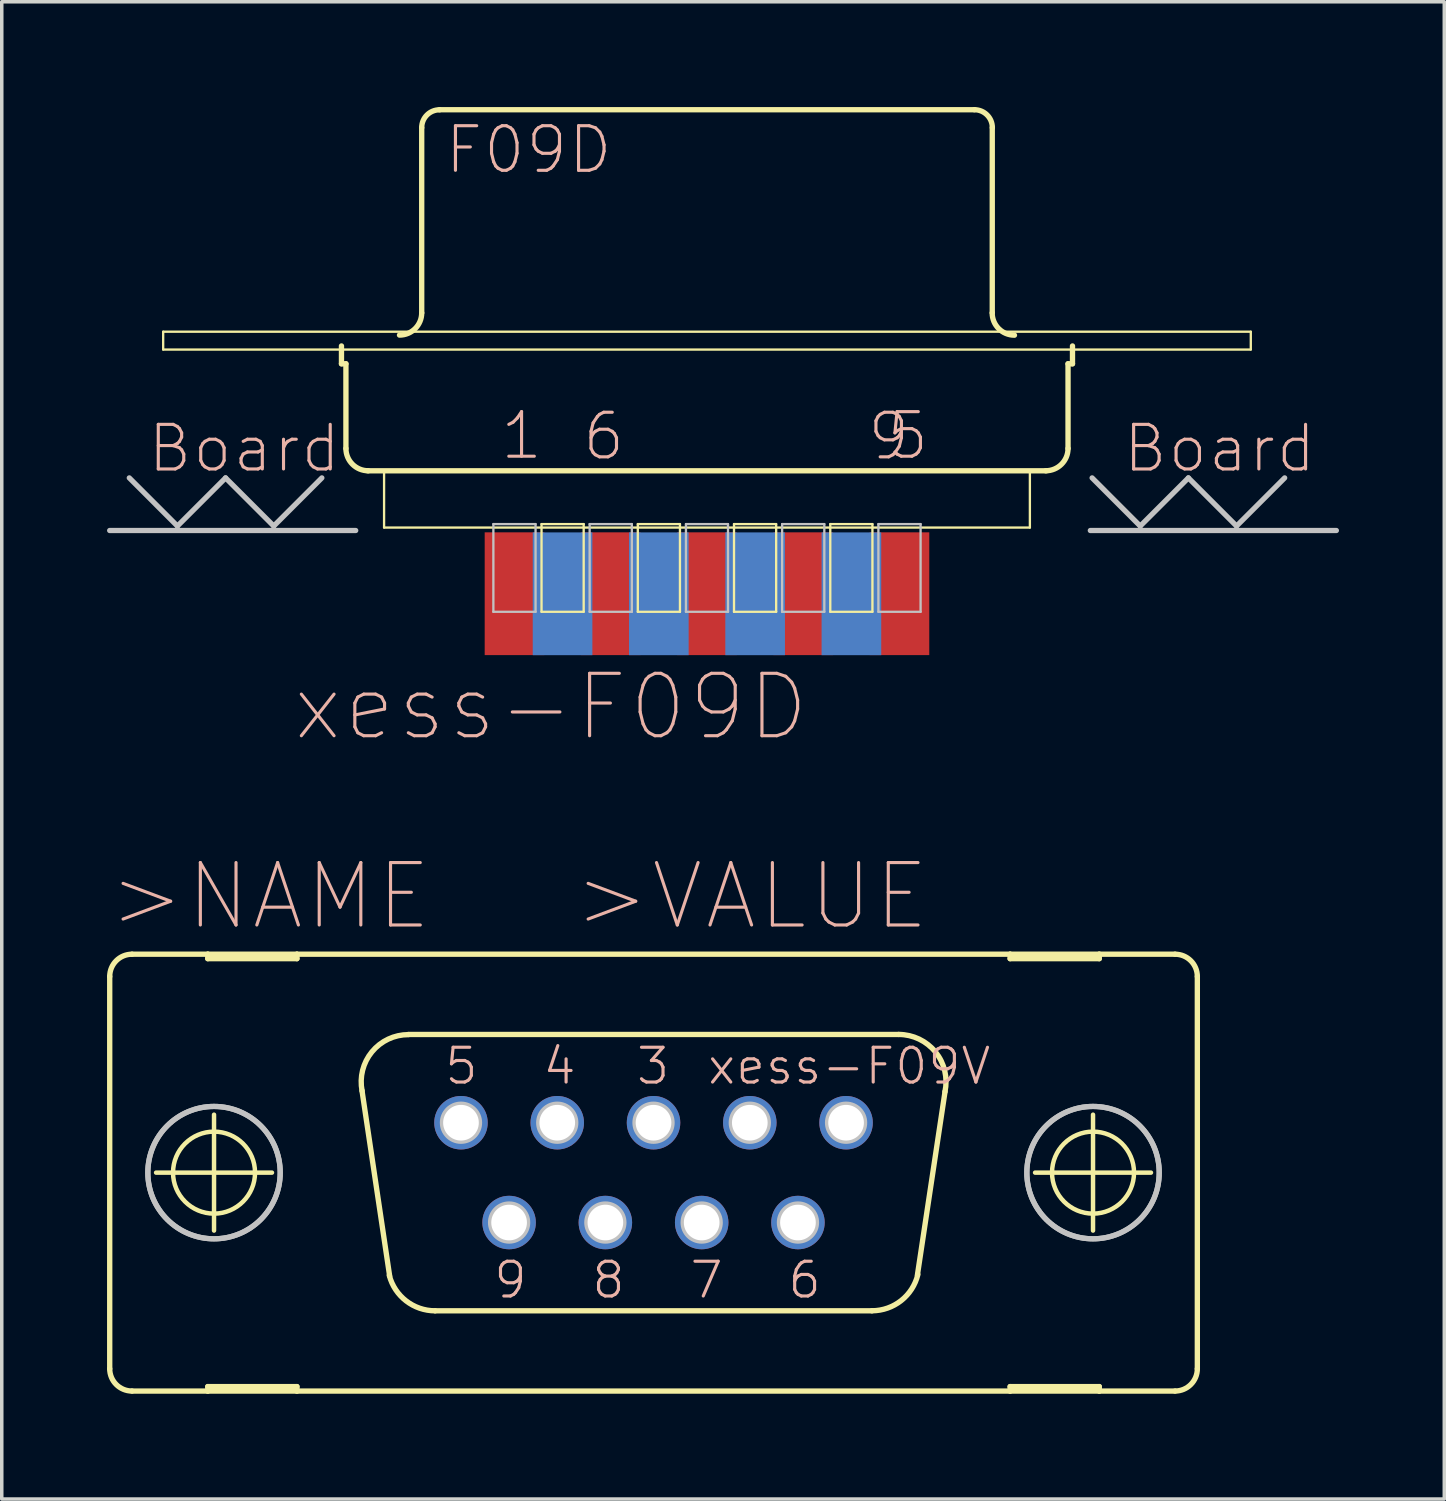
<source format=kicad_pcb>
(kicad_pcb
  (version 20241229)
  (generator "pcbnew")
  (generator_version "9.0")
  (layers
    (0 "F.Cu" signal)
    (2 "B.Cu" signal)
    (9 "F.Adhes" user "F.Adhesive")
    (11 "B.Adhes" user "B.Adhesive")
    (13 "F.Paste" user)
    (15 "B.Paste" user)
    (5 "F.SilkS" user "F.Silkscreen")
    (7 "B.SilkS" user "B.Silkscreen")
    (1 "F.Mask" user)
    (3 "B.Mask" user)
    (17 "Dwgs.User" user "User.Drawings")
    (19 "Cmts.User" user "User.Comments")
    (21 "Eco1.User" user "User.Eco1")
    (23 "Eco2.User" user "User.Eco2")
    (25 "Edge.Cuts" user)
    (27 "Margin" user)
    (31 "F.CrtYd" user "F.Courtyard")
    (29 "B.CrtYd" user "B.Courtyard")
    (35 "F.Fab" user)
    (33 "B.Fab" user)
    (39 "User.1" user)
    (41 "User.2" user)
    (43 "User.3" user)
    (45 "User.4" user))
  (footprint "xess-F09V"
    (layer "F.Cu")
    (at 15.57 30.36)
    (property "Reference" "xess-F09V" (at 5.575 -3.035 0) (layer "B.SilkS") (effects (font (size 0.991 0.991) (thickness 0.089))))
    (attr exclude_from_pos_files exclude_from_bom)
    (fp_line (start -15.494 -5.588) (end -15.494 5.588) (stroke (width 0.152) (type solid)) (layer "F.SilkS"))
    (fp_line (start -14.859 6.223) (end -12.7 6.223) (stroke (width 0.152) (type solid)) (layer "F.SilkS"))
    (fp_line (start -14.173 0) (end -10.871 0) (stroke (width 0.127) (type solid)) (layer "F.SilkS"))
    (fp_line (start -12.7 -6.223) (end -14.859 -6.223) (stroke (width 0.152) (type solid)) (layer "F.SilkS"))
    (fp_line (start -12.7 -6.223) (end -12.7 -6.096) (stroke (width 0.152) (type solid)) (layer "F.SilkS"))
    (fp_line (start -12.7 -6.096) (end -10.16 -6.096) (stroke (width 0.152) (type solid)) (layer "F.SilkS"))
    (fp_line (start -12.7 6.096) (end -10.16 6.096) (stroke (width 0.152) (type solid)) (layer "F.SilkS"))
    (fp_line (start -12.7 6.223) (end -12.7 6.096) (stroke (width 0.152) (type solid)) (layer "F.SilkS"))
    (fp_line (start -12.7 6.223) (end -10.16 6.223) (stroke (width 0.152) (type solid)) (layer "F.SilkS"))
    (fp_line (start -12.522 1.651) (end -12.522 -1.651) (stroke (width 0.127) (type solid)) (layer "F.SilkS"))
    (fp_line (start -10.16 -6.223) (end -12.7 -6.223) (stroke (width 0.152) (type solid)) (layer "F.SilkS"))
    (fp_line (start -10.16 -6.096) (end -10.16 -6.223) (stroke (width 0.152) (type solid)) (layer "F.SilkS"))
    (fp_line (start -10.16 6.096) (end -10.16 6.223) (stroke (width 0.152) (type solid)) (layer "F.SilkS"))
    (fp_line (start -10.16 6.223) (end 10.16 6.223) (stroke (width 0.152) (type solid)) (layer "F.SilkS"))
    (fp_line (start -7.518 2.946) (end -8.306 -2.337) (stroke (width 0.152) (type solid)) (layer "F.SilkS"))
    (fp_line (start -6.985 -3.937) (end 6.985 -3.937) (stroke (width 0.152) (type solid)) (layer "F.SilkS"))
    (fp_line (start -6.223 3.937) (end 6.223 3.937) (stroke (width 0.152) (type solid)) (layer "F.SilkS"))
    (fp_line (start 8.306 -2.311) (end 7.518 2.921) (stroke (width 0.152) (type solid)) (layer "F.SilkS"))
    (fp_line (start 10.16 -6.223) (end -10.16 -6.223) (stroke (width 0.152) (type solid)) (layer "F.SilkS"))
    (fp_line (start 10.16 -6.223) (end 10.16 -6.096) (stroke (width 0.152) (type solid)) (layer "F.SilkS"))
    (fp_line (start 10.16 -6.096) (end 12.7 -6.096) (stroke (width 0.152) (type solid)) (layer "F.SilkS"))
    (fp_line (start 10.16 6.096) (end 12.7 6.096) (stroke (width 0.152) (type solid)) (layer "F.SilkS"))
    (fp_line (start 10.16 6.223) (end 10.16 6.096) (stroke (width 0.152) (type solid)) (layer "F.SilkS"))
    (fp_line (start 10.16 6.223) (end 12.7 6.223) (stroke (width 0.152) (type solid)) (layer "F.SilkS"))
    (fp_line (start 10.871 0) (end 14.173 0) (stroke (width 0.127) (type solid)) (layer "F.SilkS"))
    (fp_line (start 12.522 1.651) (end 12.522 -1.651) (stroke (width 0.127) (type solid)) (layer "F.SilkS"))
    (fp_line (start 12.7 -6.223) (end 10.16 -6.223) (stroke (width 0.152) (type solid)) (layer "F.SilkS"))
    (fp_line (start 12.7 -6.096) (end 12.7 -6.223) (stroke (width 0.152) (type solid)) (layer "F.SilkS"))
    (fp_line (start 12.7 6.096) (end 12.7 6.223) (stroke (width 0.152) (type solid)) (layer "F.SilkS"))
    (fp_line (start 12.7 6.223) (end 14.859 6.223) (stroke (width 0.152) (type solid)) (layer "F.SilkS"))
    (fp_line (start 14.859 -6.223) (end 12.7 -6.223) (stroke (width 0.152) (type solid)) (layer "F.SilkS"))
    (fp_line (start 15.494 -5.588) (end 15.494 5.588) (stroke (width 0.152) (type solid)) (layer "F.SilkS"))
    (fp_arc (start -15.494 -5.588) (mid -15.308013 -6.037013) (end -14.859 -6.223) (stroke (width 0.1524) (type solid)) (layer "F.SilkS"))
    (fp_arc (start -14.859 6.223) (mid -15.308013 6.037013) (end -15.494 5.588) (stroke (width 0.1524) (type solid)) (layer "F.SilkS"))
    (fp_arc (start -8.30326 -2.32664) (mid -8.023158 -3.441772) (end -6.98324 -3.932229) (stroke (width 0.1524) (type solid)) (layer "F.SilkS"))
    (fp_arc (start -6.223 3.937) (mid -7.047791 3.655415) (end -7.528188 2.928236) (stroke (width 0.1524) (type solid)) (layer "F.SilkS"))
    (fp_arc (start 6.985 -3.937) (mid 8.034648 -3.435219) (end 8.30328 -2.303238) (stroke (width 0.1524) (type solid)) (layer "F.SilkS"))
    (fp_arc (start 7.5311 2.90322) (mid 7.055662 3.646284) (end 6.222518 3.936211) (stroke (width 0.1524) (type solid)) (layer "F.SilkS"))
    (fp_arc (start 14.859 -6.223) (mid 15.308013 -6.037013) (end 15.494 -5.588) (stroke (width 0.1524) (type solid)) (layer "F.SilkS"))
    (fp_arc (start 15.494 5.588) (mid 15.308013 6.037013) (end 14.859 6.223) (stroke (width 0.1524) (type solid)) (layer "F.SilkS"))
    (fp_circle (center -12.522 0) (end -13.348 0.826) (stroke (width 0.076) (type solid)) (fill no) (layer "F.SilkS"))
    (fp_circle (center -12.522 0) (end -13.348 0.826) (stroke (width 0.127) (type solid)) (fill no) (layer "F.SilkS"))
    (fp_circle (center 12.522 0) (end 13.348 0.826) (stroke (width 0.076) (type solid)) (fill no) (layer "F.SilkS"))
    (fp_circle (center 12.522 0) (end 13.348 0.826) (stroke (width 0.127) (type solid)) (fill no) (layer "F.SilkS"))
    (fp_circle (center -12.522 0) (end -13.856 1.333) (stroke (width 0.15) (type solid)) (fill no) (layer "Dwgs.User"))
    (fp_circle (center -12.522 0) (end -13.856 1.333) (stroke (width 0.15) (type solid)) (fill no) (layer "Dwgs.User"))
    (fp_circle (center -5.486 -1.422) (end -5.867 -1.803) (stroke (width 0.127) (type solid)) (fill no) (layer "Dwgs.User"))
    (fp_circle (center -4.115 1.422) (end -4.496 1.803) (stroke (width 0.127) (type solid)) (fill no) (layer "Dwgs.User"))
    (fp_circle (center -2.743 -1.422) (end -3.124 -1.803) (stroke (width 0.127) (type solid)) (fill no) (layer "Dwgs.User"))
    (fp_circle (center -1.372 1.422) (end -1.753 1.803) (stroke (width 0.127) (type solid)) (fill no) (layer "Dwgs.User"))
    (fp_circle (center 0 -1.422) (end -0.381 -1.803) (stroke (width 0.127) (type solid)) (fill no) (layer "Dwgs.User"))
    (fp_circle (center 1.372 1.422) (end 1.753 1.803) (stroke (width 0.127) (type solid)) (fill no) (layer "Dwgs.User"))
    (fp_circle (center 2.743 -1.422) (end 3.124 -1.803) (stroke (width 0.127) (type solid)) (fill no) (layer "Dwgs.User"))
    (fp_circle (center 4.115 1.422) (end 4.496 1.803) (stroke (width 0.127) (type solid)) (fill no) (layer "Dwgs.User"))
    (fp_circle (center 5.486 -1.422) (end 5.867 -1.803) (stroke (width 0.127) (type solid)) (fill no) (layer "Dwgs.User"))
    (fp_circle (center 12.522 0) (end 13.856 1.333) (stroke (width 0.15) (type solid)) (fill no) (layer "Dwgs.User"))
    (fp_circle (center 12.522 0) (end 13.856 1.333) (stroke (width 0.15) (type solid)) (fill no) (layer "Dwgs.User"))
    (fp_text user "4" (at -2.68 -3.035 0) (layer "B.SilkS") (effects (font (size 0.991 0.991) (thickness 0.089))))
    (fp_text user "5" (at -5.474 -3.035 0) (layer "B.SilkS") (effects (font (size 0.991 0.991) (thickness 0.089))))
    (fp_text user "6" (at 4.305 3.061 0) (layer "B.SilkS") (effects (font (size 0.991 0.991) (thickness 0.089))))
    (fp_text user "9" (at -4.077 3.061 0) (layer "B.SilkS") (effects (font (size 0.991 0.991) (thickness 0.089))))
    (fp_text user "8" (at -1.283 3.061 0) (layer "B.SilkS") (effects (font (size 0.991 0.991) (thickness 0.089))))
    (fp_text user ">NAME" (at -10.922 -7.874 0) (layer "B.SilkS") (effects (font (size 1.778 1.778) (thickness 0.089))))
    (fp_text user "7" (at 1.511 3.061 0) (layer "B.SilkS") (effects (font (size 0.991 0.991) (thickness 0.089))))
    (fp_text user "3" (at -0.013 -3.035 0) (layer "B.SilkS") (effects (font (size 0.991 0.991) (thickness 0.089))))
    (fp_text user ">VALUE" (at 2.794 -7.874 0) (layer "B.SilkS") (effects (font (size 1.778 1.778) (thickness 0.089))))
    (pad "1" thru_hole circle (at 5.486 -1.422) (size 1.524 1.524) (drill 1.016) (layers "*.Cu" "*.Mask"))
    (pad "2" thru_hole circle (at 2.743 -1.422) (size 1.524 1.524) (drill 1.016) (layers "*.Cu" "*.Mask"))
    (pad "3" thru_hole circle (at 0 -1.422) (size 1.524 1.524) (drill 1.016) (layers "*.Cu" "*.Mask"))
    (pad "4" thru_hole circle (at -2.743 -1.422) (size 1.524 1.524) (drill 1.016) (layers "*.Cu" "*.Mask"))
    (pad "5" thru_hole circle (at -5.486 -1.422) (size 1.524 1.524) (drill 1.016) (layers "*.Cu" "*.Mask"))
    (pad "6" thru_hole circle (at 4.115 1.422) (size 1.524 1.524) (drill 1.016) (layers "*.Cu" "*.Mask"))
    (pad "7" thru_hole circle (at 1.372 1.422) (size 1.524 1.524) (drill 1.016) (layers "*.Cu" "*.Mask"))
    (pad "8" thru_hole circle (at -1.372 1.422) (size 1.524 1.524) (drill 1.016) (layers "*.Cu" "*.Mask"))
    (pad "9" thru_hole circle (at -4.115 1.422) (size 1.524 1.524) (drill 1.016) (layers "*.Cu" "*.Mask")))
  (footprint "xess-F09D"
    (layer "F.Cu")
    (at 17.093 7.823)
    (property "Reference" "xess-F09D" (at -4.445 9.271 0) (layer "B.SilkS") (effects (font (size 1.778 1.778) (thickness 0.089))))
    (attr smd)
    (fp_line (start -15.494 -1.422) (end 15.494 -1.422) (stroke (width 0.066) (type solid)) (layer "F.SilkS"))
    (fp_line (start -15.494 -0.914) (end -15.494 -1.422) (stroke (width 0.066) (type solid)) (layer "F.SilkS"))
    (fp_line (start -15.494 -0.914) (end 15.494 -0.914) (stroke (width 0.066) (type solid)) (layer "F.SilkS"))
    (fp_line (start -10.414 -0.508) (end -10.414 -1.016) (stroke (width 0.152) (type solid)) (layer "F.SilkS"))
    (fp_line (start -10.414 -0.508) (end -10.287 -0.508) (stroke (width 0.152) (type solid)) (layer "F.SilkS"))
    (fp_line (start -10.287 1.905) (end -10.287 -0.508) (stroke (width 0.152) (type solid)) (layer "F.SilkS"))
    (fp_line (start -9.67 2.54) (end 9.67 2.54) (stroke (width 0.152) (type solid)) (layer "F.SilkS"))
    (fp_line (start -9.2 2.558) (end 9.2 2.558) (stroke (width 0.066) (type solid)) (layer "F.SilkS"))
    (fp_line (start -9.2 4.158) (end -9.2 2.558) (stroke (width 0.066) (type solid)) (layer "F.SilkS"))
    (fp_line (start -9.2 4.158) (end 9.2 4.158) (stroke (width 0.066) (type solid)) (layer "F.SilkS"))
    (fp_line (start -8.128 -1.958) (end -8.128 -7.236) (stroke (width 0.152) (type solid)) (layer "F.SilkS"))
    (fp_line (start -7.62 -7.747) (end 7.62 -7.747) (stroke (width 0.152) (type solid)) (layer "F.SilkS"))
    (fp_line (start -4.714 4.059) (end -3.513 4.059) (stroke (width 0.066) (type solid)) (layer "F.SilkS"))
    (fp_line (start -4.714 6.558) (end -4.714 4.059) (stroke (width 0.066) (type solid)) (layer "F.SilkS"))
    (fp_line (start -4.714 6.558) (end -3.513 6.558) (stroke (width 0.066) (type solid)) (layer "F.SilkS"))
    (fp_line (start -3.513 6.558) (end -3.513 4.059) (stroke (width 0.066) (type solid)) (layer "F.SilkS"))
    (fp_line (start -1.971 4.059) (end -0.77 4.059) (stroke (width 0.066) (type solid)) (layer "F.SilkS"))
    (fp_line (start -1.971 6.558) (end -1.971 4.059) (stroke (width 0.066) (type solid)) (layer "F.SilkS"))
    (fp_line (start -1.971 6.558) (end -0.77 6.558) (stroke (width 0.066) (type solid)) (layer "F.SilkS"))
    (fp_line (start -0.77 6.558) (end -0.77 4.059) (stroke (width 0.066) (type solid)) (layer "F.SilkS"))
    (fp_line (start 0.77 4.059) (end 1.971 4.059) (stroke (width 0.066) (type solid)) (layer "F.SilkS"))
    (fp_line (start 0.77 6.558) (end 0.77 4.059) (stroke (width 0.066) (type solid)) (layer "F.SilkS"))
    (fp_line (start 0.77 6.558) (end 1.971 6.558) (stroke (width 0.066) (type solid)) (layer "F.SilkS"))
    (fp_line (start 1.971 6.558) (end 1.971 4.059) (stroke (width 0.066) (type solid)) (layer "F.SilkS"))
    (fp_line (start 3.513 4.059) (end 4.714 4.059) (stroke (width 0.066) (type solid)) (layer "F.SilkS"))
    (fp_line (start 3.513 6.558) (end 3.513 4.059) (stroke (width 0.066) (type solid)) (layer "F.SilkS"))
    (fp_line (start 3.513 6.558) (end 4.714 6.558) (stroke (width 0.066) (type solid)) (layer "F.SilkS"))
    (fp_line (start 4.714 6.558) (end 4.714 4.059) (stroke (width 0.066) (type solid)) (layer "F.SilkS"))
    (fp_line (start 8.128 -1.958) (end 8.128 -7.236) (stroke (width 0.152) (type solid)) (layer "F.SilkS"))
    (fp_line (start 9.2 4.158) (end 9.2 2.558) (stroke (width 0.066) (type solid)) (layer "F.SilkS"))
    (fp_line (start 10.287 -0.508) (end 10.414 -0.508) (stroke (width 0.152) (type solid)) (layer "F.SilkS"))
    (fp_line (start 10.287 1.905) (end 10.287 -0.508) (stroke (width 0.152) (type solid)) (layer "F.SilkS"))
    (fp_line (start 10.414 -0.508) (end 10.414 -1.016) (stroke (width 0.152) (type solid)) (layer "F.SilkS"))
    (fp_line (start 15.494 -0.914) (end 15.494 -1.422) (stroke (width 0.066) (type solid)) (layer "F.SilkS"))
    (fp_arc (start -9.652 2.54) (mid -10.101013 2.354013) (end -10.287 1.905) (stroke (width 0.1524) (type solid)) (layer "F.SilkS"))
    (fp_arc (start -8.128 -7.23646) (mid -7.97921 -7.59567) (end -7.62 -7.74446) (stroke (width 0.1524) (type solid)) (layer "F.SilkS"))
    (fp_arc (start -8.128 -1.95834) (mid -8.313243 -1.511123) (end -8.76046 -1.32588) (stroke (width 0.1524) (type solid)) (layer "F.SilkS"))
    (fp_arc (start 7.62 -7.747) (mid 7.981006 -7.597466) (end 8.13054 -7.23646) (stroke (width 0.1524) (type solid)) (layer "F.SilkS"))
    (fp_arc (start 8.76046 -1.32334) (mid 8.311447 -1.509327) (end 8.12546 -1.95834) (stroke (width 0.1524) (type solid)) (layer "F.SilkS"))
    (fp_arc (start 10.287 1.905) (mid 10.101013 2.354013) (end 9.652 2.54) (stroke (width 0.1524) (type solid)) (layer "F.SilkS"))
    (fp_line (start -17.018 4.242) (end -10.008 4.242) (stroke (width 0.15) (type solid)) (layer "Dwgs.User"))
    (fp_line (start -16.459 2.743) (end -15.088 4.115) (stroke (width 0.15) (type solid)) (layer "Dwgs.User"))
    (fp_line (start -15.088 4.115) (end -13.716 2.743) (stroke (width 0.15) (type solid)) (layer "Dwgs.User"))
    (fp_line (start -13.716 2.743) (end -12.344 4.115) (stroke (width 0.15) (type solid)) (layer "Dwgs.User"))
    (fp_line (start -12.344 4.115) (end -10.973 2.743) (stroke (width 0.15) (type solid)) (layer "Dwgs.User"))
    (fp_line (start -6.086 4.059) (end -4.884 4.059) (stroke (width 0.066) (type solid)) (layer "Dwgs.User"))
    (fp_line (start -6.086 6.558) (end -6.086 4.059) (stroke (width 0.066) (type solid)) (layer "Dwgs.User"))
    (fp_line (start -6.086 6.558) (end -4.884 6.558) (stroke (width 0.066) (type solid)) (layer "Dwgs.User"))
    (fp_line (start -4.884 6.558) (end -4.884 4.059) (stroke (width 0.066) (type solid)) (layer "Dwgs.User"))
    (fp_line (start -3.343 4.059) (end -2.141 4.059) (stroke (width 0.066) (type solid)) (layer "Dwgs.User"))
    (fp_line (start -3.343 6.558) (end -3.343 4.059) (stroke (width 0.066) (type solid)) (layer "Dwgs.User"))
    (fp_line (start -3.343 6.558) (end -2.141 6.558) (stroke (width 0.066) (type solid)) (layer "Dwgs.User"))
    (fp_line (start -2.141 6.558) (end -2.141 4.059) (stroke (width 0.066) (type solid)) (layer "Dwgs.User"))
    (fp_line (start -0.599 4.059) (end 0.599 4.059) (stroke (width 0.066) (type solid)) (layer "Dwgs.User"))
    (fp_line (start -0.599 6.558) (end -0.599 4.059) (stroke (width 0.066) (type solid)) (layer "Dwgs.User"))
    (fp_line (start -0.599 6.558) (end 0.599 6.558) (stroke (width 0.066) (type solid)) (layer "Dwgs.User"))
    (fp_line (start 0.599 6.558) (end 0.599 4.059) (stroke (width 0.066) (type solid)) (layer "Dwgs.User"))
    (fp_line (start 2.141 4.059) (end 3.343 4.059) (stroke (width 0.066) (type solid)) (layer "Dwgs.User"))
    (fp_line (start 2.141 6.558) (end 2.141 4.059) (stroke (width 0.066) (type solid)) (layer "Dwgs.User"))
    (fp_line (start 2.141 6.558) (end 3.343 6.558) (stroke (width 0.066) (type solid)) (layer "Dwgs.User"))
    (fp_line (start 3.343 6.558) (end 3.343 4.059) (stroke (width 0.066) (type solid)) (layer "Dwgs.User"))
    (fp_line (start 4.884 4.059) (end 6.086 4.059) (stroke (width 0.066) (type solid)) (layer "Dwgs.User"))
    (fp_line (start 4.884 6.558) (end 4.884 4.059) (stroke (width 0.066) (type solid)) (layer "Dwgs.User"))
    (fp_line (start 4.884 6.558) (end 6.086 6.558) (stroke (width 0.066) (type solid)) (layer "Dwgs.User"))
    (fp_line (start 6.086 6.558) (end 6.086 4.059) (stroke (width 0.066) (type solid)) (layer "Dwgs.User"))
    (fp_line (start 10.922 4.242) (end 17.932 4.242) (stroke (width 0.15) (type solid)) (layer "Dwgs.User"))
    (fp_line (start 10.973 2.743) (end 12.344 4.115) (stroke (width 0.15) (type solid)) (layer "Dwgs.User"))
    (fp_line (start 12.344 4.115) (end 13.716 2.743) (stroke (width 0.15) (type solid)) (layer "Dwgs.User"))
    (fp_line (start 13.716 2.743) (end 15.088 4.115) (stroke (width 0.15) (type solid)) (layer "Dwgs.User"))
    (fp_line (start 15.088 4.115) (end 16.459 2.743) (stroke (width 0.15) (type solid)) (layer "Dwgs.User"))
    (fp_text user "Board" (at 14.605 1.905 0) (layer "B.SilkS") (effects (font (size 1.27 1.27) (thickness 0.089))))
    (fp_text user "5" (at 5.718 1.542 0) (layer "B.SilkS") (effects (font (size 1.27 1.27) (thickness 0.089))))
    (fp_text user "9" (at 5.177 1.56 0) (layer "B.SilkS") (effects (font (size 1.27 1.27) (thickness 0.089))))
    (fp_text user "6" (at -2.941 1.56 0) (layer "B.SilkS") (effects (font (size 1.27 1.27) (thickness 0.089))))
    (fp_text user "F09D" (at -5.08 -6.604 0) (layer "B.SilkS") (effects (font (size 1.27 1.27) (thickness 0.089))))
    (fp_text user "Board " (at -12.7 1.905 0) (layer "B.SilkS") (effects (font (size 1.27 1.27) (thickness 0.089))))
    (fp_text user "1" (at -5.283 1.542 0) (layer "B.SilkS") (effects (font (size 1.27 1.27) (thickness 0.089))))
    (pad "1" smd rect (at -5.484 6.043) (size 1.699 3.498) (layers "F.Cu" "F.Mask" "F.Paste"))
    (pad "2" smd rect (at -2.743 6.043) (size 1.699 3.498) (layers "F.Cu" "F.Mask" "F.Paste"))
    (pad "3" smd rect (at 0 6.043) (size 1.699 3.498) (layers "F.Cu" "F.Mask" "F.Paste"))
    (pad "4" smd rect (at 2.743 6.043) (size 1.699 3.498) (layers "F.Cu" "F.Mask" "F.Paste"))
    (pad "5" smd rect (at 5.484 6.043) (size 1.699 3.498) (layers "F.Cu" "F.Mask" "F.Paste"))
    (pad "6" smd rect (at -4.115 6.045) (size 1.699 3.498) (layers "B.Cu" "B.Mask" "B.Paste"))
    (pad "7" smd rect (at -1.372 6.045) (size 1.699 3.498) (layers "B.Cu" "B.Mask" "B.Paste"))
    (pad "8" smd rect (at 1.372 6.045) (size 1.699 3.498) (layers "B.Cu" "B.Mask" "B.Paste"))
    (pad "9" smd rect (at 4.115 6.045) (size 1.699 3.498) (layers "B.Cu" "B.Mask" "B.Paste")))
  (gr_rect
    (start -3 -3)
    (end 38.1 39.66)
    (stroke (width 0.1) (type default))
    (fill no)
    (layer "Edge.Cuts")))
</source>
